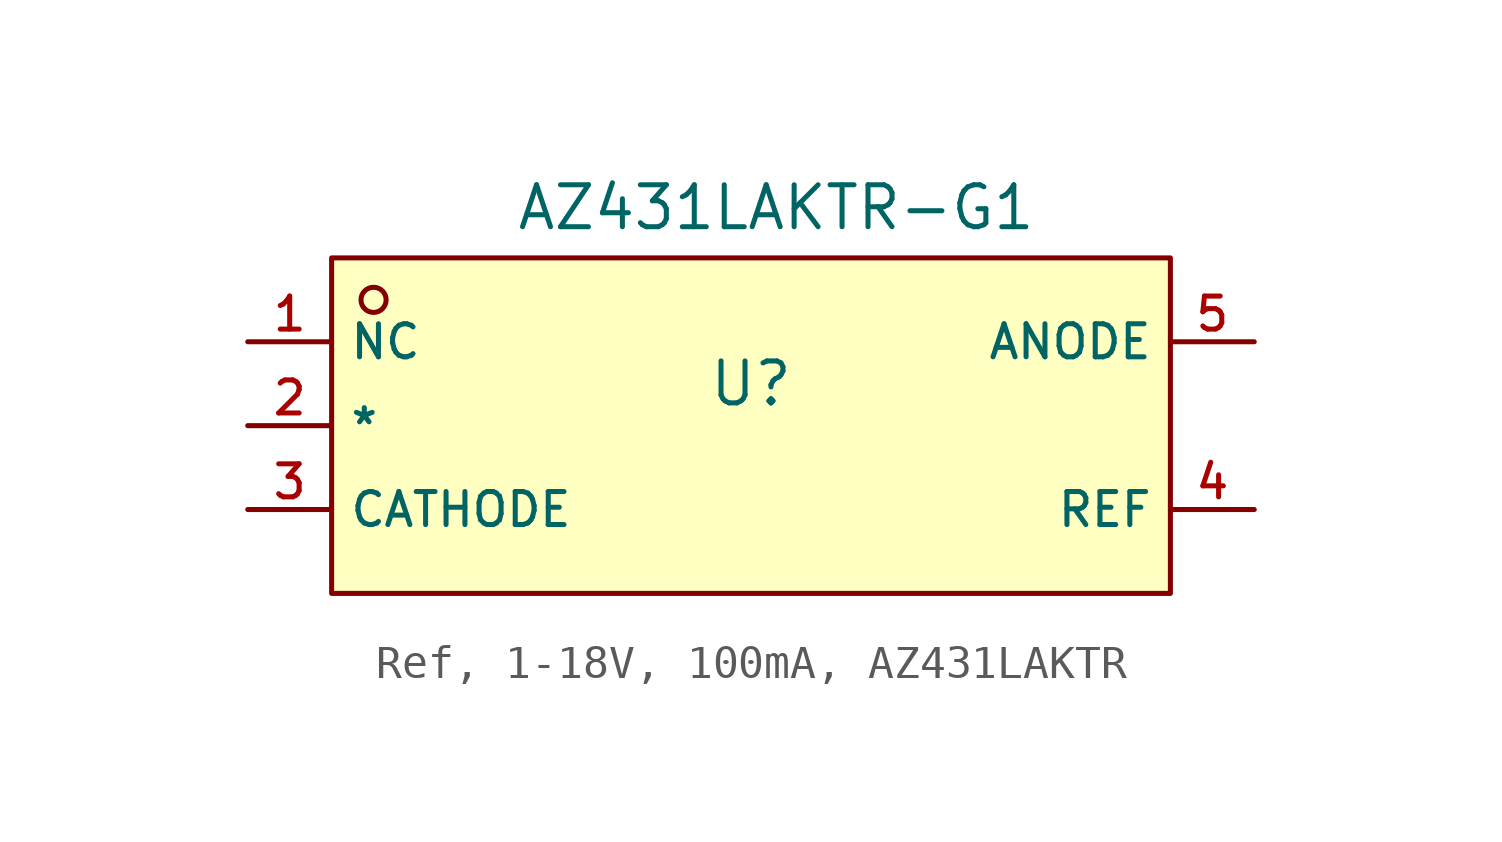
<source format=kicad_sym>
(kicad_symbol_lib
  (version 20231120)
  (generator "CDFER_Archive_Tool")
  (generator_version "0.0")
  (symbol "Ref, 1-18V, 100mA, AZ431LAKTR"
    (property "Reference" "U"
      (at 0 1.27 0)
      (effects (font (size 1.27 1.27))))
    (property "Value" "AZ431LAKTR-G1"
      (at 0.762 6.604 0)
      (effects (font (size 1.27 1.27))))
    (symbol "Ref, 1-18V, 100mA, AZ431LAKTR_0_1"
      (rectangle (start -12.7 5.08) (end 12.7 -5.08) (stroke (width 0) (type default)) (fill (type background)))
      (circle (center -11.43 3.81) (radius 0.381) (stroke (width 0) (type default)) (fill (type background)))
      (pin unspecified line (at -15.24 2.54 0) (length 2.54) (name "NC" (effects (font (size 1 1)))) (number "1" (effects (font (size 1 1)))))
      (pin unspecified line (at -15.24 0 0) (length 2.54) (name "*" (effects (font (size 1 1)))) (number "2" (effects (font (size 1 1)))))
      (pin unspecified line (at -15.24 -2.54 0) (length 2.54) (name "CATHODE" (effects (font (size 1 1)))) (number "3" (effects (font (size 1 1)))))
      (pin unspecified line (at 15.24 -2.54 180) (length 2.54) (name "REF" (effects (font (size 1 1)))) (number "4" (effects (font (size 1 1)))))
      (pin unspecified line (at 15.24 2.54 180) (length 2.54) (name "ANODE" (effects (font (size 1 1)))) (number "5" (effects (font (size 1 1))))))))
</source>
